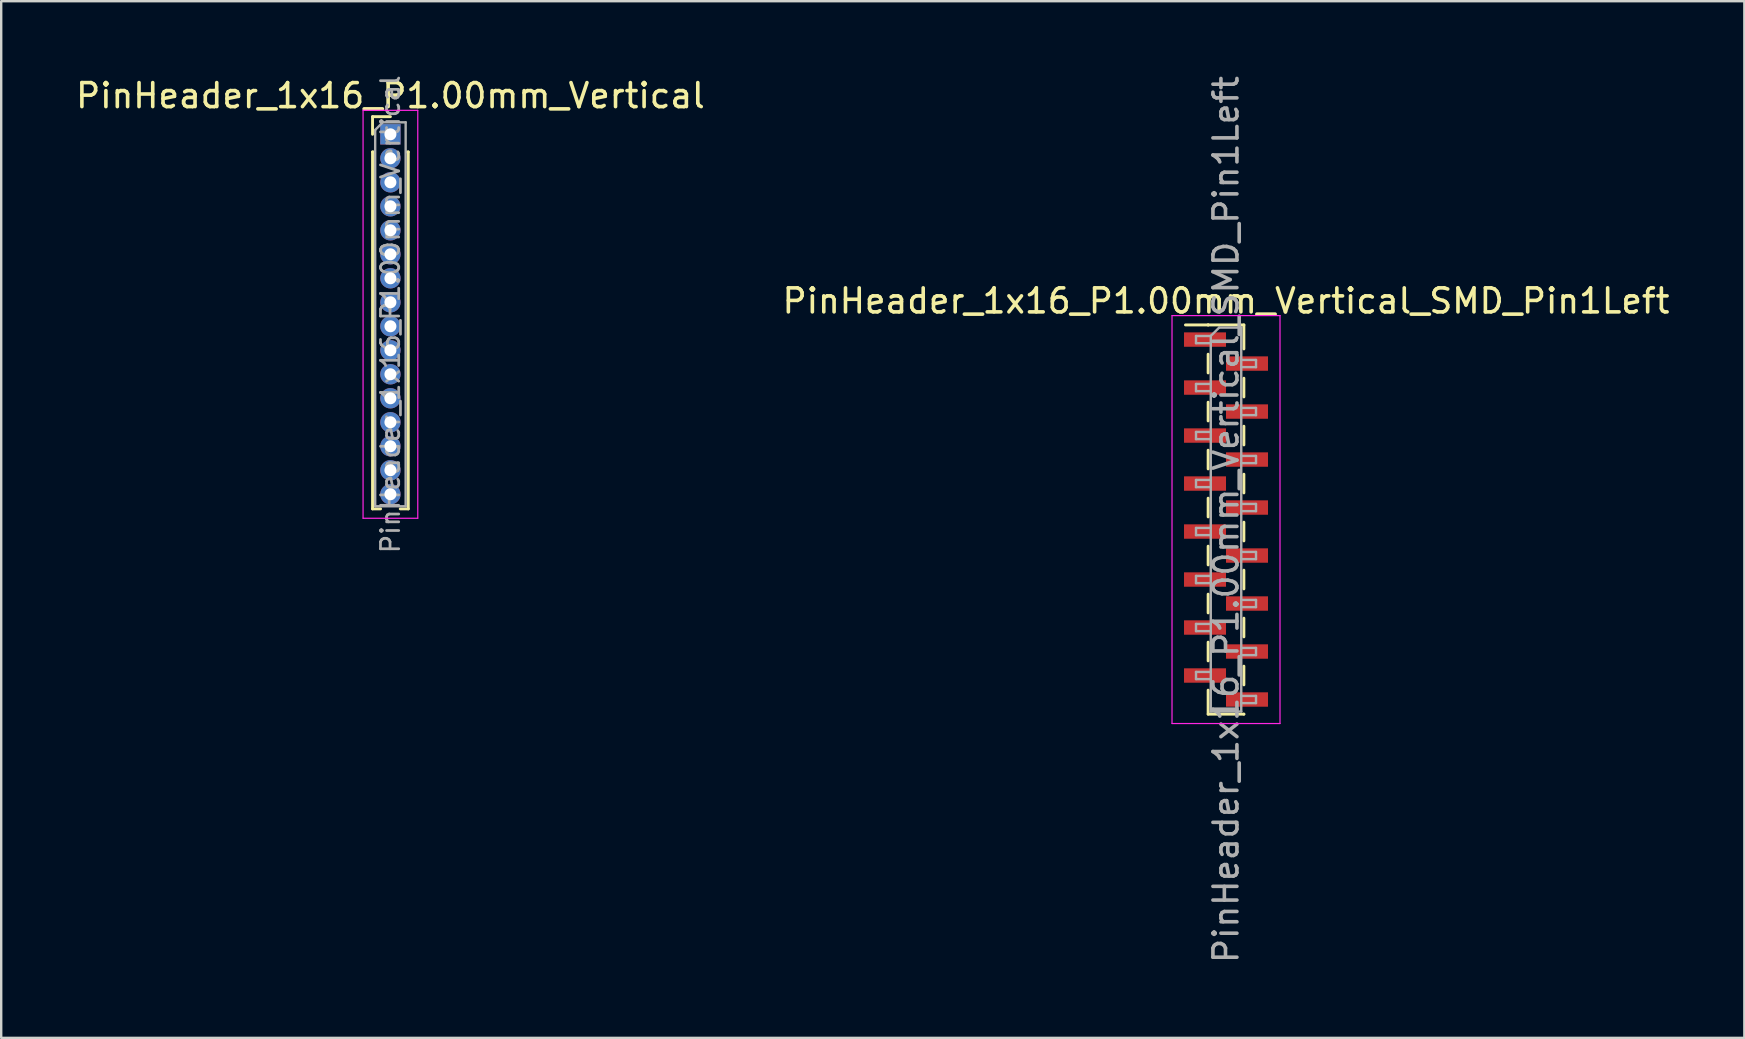
<source format=kicad_pcb>
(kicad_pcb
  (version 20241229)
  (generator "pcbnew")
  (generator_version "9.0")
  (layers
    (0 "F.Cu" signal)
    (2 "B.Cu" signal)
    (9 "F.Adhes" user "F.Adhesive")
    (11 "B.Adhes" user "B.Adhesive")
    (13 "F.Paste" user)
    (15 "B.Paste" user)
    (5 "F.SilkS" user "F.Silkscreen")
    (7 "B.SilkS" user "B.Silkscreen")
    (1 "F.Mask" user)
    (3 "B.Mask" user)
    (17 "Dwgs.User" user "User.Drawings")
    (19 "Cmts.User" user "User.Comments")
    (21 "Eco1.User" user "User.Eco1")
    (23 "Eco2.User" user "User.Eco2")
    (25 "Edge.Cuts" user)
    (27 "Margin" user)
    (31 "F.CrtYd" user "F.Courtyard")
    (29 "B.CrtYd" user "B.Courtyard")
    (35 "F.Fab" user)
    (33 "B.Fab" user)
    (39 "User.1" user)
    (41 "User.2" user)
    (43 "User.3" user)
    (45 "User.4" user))
  (footprint "PinHeader_1x16_P1.00mm_Vertical"
    (layer "F.Cu")
    (at 13.22 2.547)
    (property "Reference" "PinHeader_1x16_P1.00mm_Vertical" (at 0 -1.61 0) (layer "F.SilkS") (effects (font (size 1 1) (thickness 0.15))))
    (attr through_hole)
    (fp_line (start -0.745 -0.735) (end 0 -0.735) (stroke (width 0.12) (type solid)) (layer "F.SilkS"))
    (fp_line (start -0.745 0) (end -0.745 -0.735) (stroke (width 0.12) (type solid)) (layer "F.SilkS"))
    (fp_line (start -0.745 0.735) (end -0.745 15.61) (stroke (width 0.12) (type solid)) (layer "F.SilkS"))
    (fp_line (start -0.745 0.735) (end -0.686 0.735) (stroke (width 0.12) (type solid)) (layer "F.SilkS"))
    (fp_line (start -0.745 15.61) (end -0.41 15.61) (stroke (width 0.12) (type solid)) (layer "F.SilkS"))
    (fp_line (start 0.41 15.61) (end 0.745 15.61) (stroke (width 0.12) (type solid)) (layer "F.SilkS"))
    (fp_line (start 0.686 0.735) (end 0.745 0.735) (stroke (width 0.12) (type solid)) (layer "F.SilkS"))
    (fp_line (start 0.745 0.735) (end 0.745 15.61) (stroke (width 0.12) (type solid)) (layer "F.SilkS"))
    (fp_line (start -1.14 -1) (end -1.14 16) (stroke (width 0.05) (type solid)) (layer "F.CrtYd"))
    (fp_line (start -1.14 16) (end 1.14 16) (stroke (width 0.05) (type solid)) (layer "F.CrtYd"))
    (fp_line (start 1.14 -1) (end -1.14 -1) (stroke (width 0.05) (type solid)) (layer "F.CrtYd"))
    (fp_line (start 1.14 16) (end 1.14 -1) (stroke (width 0.05) (type solid)) (layer "F.CrtYd"))
    (fp_line (start -0.635 -0.182) (end -0.318 -0.5) (stroke (width 0.1) (type solid)) (layer "F.Fab"))
    (fp_line (start -0.635 15.5) (end -0.635 -0.182) (stroke (width 0.1) (type solid)) (layer "F.Fab"))
    (fp_line (start -0.318 -0.5) (end 0.635 -0.5) (stroke (width 0.1) (type solid)) (layer "F.Fab"))
    (fp_line (start 0.635 -0.5) (end 0.635 15.5) (stroke (width 0.1) (type solid)) (layer "F.Fab"))
    (fp_line (start 0.635 15.5) (end -0.635 15.5) (stroke (width 0.1) (type solid)) (layer "F.Fab"))
    (fp_text user "${REFERENCE}" (at 0 7.5 90) (layer "F.Fab") (effects (font (size 0.76 0.76) (thickness 0.114))))
    (pad "1" thru_hole rect (at 0 0) (size 0.85 0.85) (drill 0.5) (layers "*.Cu" "*.Mask"))
    (pad "2" thru_hole circle (at 0 1) (size 0.85 0.85) (drill 0.5) (layers "*.Cu" "*.Mask"))
    (pad "3" thru_hole circle (at 0 2) (size 0.85 0.85) (drill 0.5) (layers "*.Cu" "*.Mask"))
    (pad "4" thru_hole circle (at 0 3) (size 0.85 0.85) (drill 0.5) (layers "*.Cu" "*.Mask"))
    (pad "5" thru_hole circle (at 0 4) (size 0.85 0.85) (drill 0.5) (layers "*.Cu" "*.Mask"))
    (pad "6" thru_hole circle (at 0 5) (size 0.85 0.85) (drill 0.5) (layers "*.Cu" "*.Mask"))
    (pad "7" thru_hole circle (at 0 6) (size 0.85 0.85) (drill 0.5) (layers "*.Cu" "*.Mask"))
    (pad "8" thru_hole circle (at 0 7) (size 0.85 0.85) (drill 0.5) (layers "*.Cu" "*.Mask"))
    (pad "9" thru_hole circle (at 0 8) (size 0.85 0.85) (drill 0.5) (layers "*.Cu" "*.Mask"))
    (pad "10" thru_hole circle (at 0 9) (size 0.85 0.85) (drill 0.5) (layers "*.Cu" "*.Mask"))
    (pad "11" thru_hole circle (at 0 10) (size 0.85 0.85) (drill 0.5) (layers "*.Cu" "*.Mask"))
    (pad "12" thru_hole circle (at 0 11) (size 0.85 0.85) (drill 0.5) (layers "*.Cu" "*.Mask"))
    (pad "13" thru_hole circle (at 0 12) (size 0.85 0.85) (drill 0.5) (layers "*.Cu" "*.Mask"))
    (pad "14" thru_hole circle (at 0 13) (size 0.85 0.85) (drill 0.5) (layers "*.Cu" "*.Mask"))
    (pad "15" thru_hole circle (at 0 14) (size 0.85 0.85) (drill 0.5) (layers "*.Cu" "*.Mask"))
    (pad "16" thru_hole circle (at 0 15) (size 0.85 0.85) (drill 0.5) (layers "*.Cu" "*.Mask")))
  (footprint "PinHeader_1x16_P1.00mm_Vertical_SMD_Pin1Left"
    (layer "F.Cu")
    (at 48.042 18.601)
    (property "Reference" "PinHeader_1x16_P1.00mm_Vertical_SMD_Pin1Left" (at 0 -9.11 0) (layer "F.SilkS") (effects (font (size 1 1) (thickness 0.15))))
    (attr smd)
    (fp_line (start -0.745 -8.11) (end -1.69 -8.11) (stroke (width 0.12) (type solid)) (layer "F.SilkS"))
    (fp_line (start -0.745 -8.11) (end -0.745 -8.11) (stroke (width 0.12) (type solid)) (layer "F.SilkS"))
    (fp_line (start -0.745 -8.11) (end 0.745 -8.11) (stroke (width 0.12) (type solid)) (layer "F.SilkS"))
    (fp_line (start -0.745 -6.89) (end -0.745 -6.11) (stroke (width 0.12) (type solid)) (layer "F.SilkS"))
    (fp_line (start -0.745 -4.89) (end -0.745 -4.11) (stroke (width 0.12) (type solid)) (layer "F.SilkS"))
    (fp_line (start -0.745 -2.89) (end -0.745 -2.11) (stroke (width 0.12) (type solid)) (layer "F.SilkS"))
    (fp_line (start -0.745 -0.89) (end -0.745 -0.11) (stroke (width 0.12) (type solid)) (layer "F.SilkS"))
    (fp_line (start -0.745 1.11) (end -0.745 1.89) (stroke (width 0.12) (type solid)) (layer "F.SilkS"))
    (fp_line (start -0.745 3.11) (end -0.745 3.89) (stroke (width 0.12) (type solid)) (layer "F.SilkS"))
    (fp_line (start -0.745 5.11) (end -0.745 5.89) (stroke (width 0.12) (type solid)) (layer "F.SilkS"))
    (fp_line (start -0.745 7.11) (end -0.745 8.11) (stroke (width 0.12) (type solid)) (layer "F.SilkS"))
    (fp_line (start -0.745 8.11) (end 0.745 8.11) (stroke (width 0.12) (type solid)) (layer "F.SilkS"))
    (fp_line (start 0.745 -8.11) (end 0.745 -7.11) (stroke (width 0.12) (type solid)) (layer "F.SilkS"))
    (fp_line (start 0.745 -5.89) (end 0.745 -5.11) (stroke (width 0.12) (type solid)) (layer "F.SilkS"))
    (fp_line (start 0.745 -3.89) (end 0.745 -3.11) (stroke (width 0.12) (type solid)) (layer "F.SilkS"))
    (fp_line (start 0.745 -1.89) (end 0.745 -1.11) (stroke (width 0.12) (type solid)) (layer "F.SilkS"))
    (fp_line (start 0.745 0.11) (end 0.745 0.89) (stroke (width 0.12) (type solid)) (layer "F.SilkS"))
    (fp_line (start 0.745 2.11) (end 0.745 2.89) (stroke (width 0.12) (type solid)) (layer "F.SilkS"))
    (fp_line (start 0.745 4.11) (end 0.745 4.89) (stroke (width 0.12) (type solid)) (layer "F.SilkS"))
    (fp_line (start 0.745 6.11) (end 0.745 6.89) (stroke (width 0.12) (type solid)) (layer "F.SilkS"))
    (fp_line (start 0.745 8.11) (end 0.745 8.11) (stroke (width 0.12) (type solid)) (layer "F.SilkS"))
    (fp_line (start -2.25 -8.5) (end -2.25 8.5) (stroke (width 0.05) (type solid)) (layer "F.CrtYd"))
    (fp_line (start -2.25 8.5) (end 2.25 8.5) (stroke (width 0.05) (type solid)) (layer "F.CrtYd"))
    (fp_line (start 2.25 -8.5) (end -2.25 -8.5) (stroke (width 0.05) (type solid)) (layer "F.CrtYd"))
    (fp_line (start 2.25 8.5) (end 2.25 -8.5) (stroke (width 0.05) (type solid)) (layer "F.CrtYd"))
    (fp_line (start -1.25 -7.65) (end -1.25 -7.35) (stroke (width 0.1) (type solid)) (layer "F.Fab"))
    (fp_line (start -1.25 -7.35) (end -0.635 -7.35) (stroke (width 0.1) (type solid)) (layer "F.Fab"))
    (fp_line (start -1.25 -5.65) (end -1.25 -5.35) (stroke (width 0.1) (type solid)) (layer "F.Fab"))
    (fp_line (start -1.25 -5.35) (end -0.635 -5.35) (stroke (width 0.1) (type solid)) (layer "F.Fab"))
    (fp_line (start -1.25 -3.65) (end -1.25 -3.35) (stroke (width 0.1) (type solid)) (layer "F.Fab"))
    (fp_line (start -1.25 -3.35) (end -0.635 -3.35) (stroke (width 0.1) (type solid)) (layer "F.Fab"))
    (fp_line (start -1.25 -1.65) (end -1.25 -1.35) (stroke (width 0.1) (type solid)) (layer "F.Fab"))
    (fp_line (start -1.25 -1.35) (end -0.635 -1.35) (stroke (width 0.1) (type solid)) (layer "F.Fab"))
    (fp_line (start -1.25 0.35) (end -1.25 0.65) (stroke (width 0.1) (type solid)) (layer "F.Fab"))
    (fp_line (start -1.25 0.65) (end -0.635 0.65) (stroke (width 0.1) (type solid)) (layer "F.Fab"))
    (fp_line (start -1.25 2.35) (end -1.25 2.65) (stroke (width 0.1) (type solid)) (layer "F.Fab"))
    (fp_line (start -1.25 2.65) (end -0.635 2.65) (stroke (width 0.1) (type solid)) (layer "F.Fab"))
    (fp_line (start -1.25 4.35) (end -1.25 4.65) (stroke (width 0.1) (type solid)) (layer "F.Fab"))
    (fp_line (start -1.25 4.65) (end -0.635 4.65) (stroke (width 0.1) (type solid)) (layer "F.Fab"))
    (fp_line (start -1.25 6.35) (end -1.25 6.65) (stroke (width 0.1) (type solid)) (layer "F.Fab"))
    (fp_line (start -1.25 6.65) (end -0.635 6.65) (stroke (width 0.1) (type solid)) (layer "F.Fab"))
    (fp_line (start -0.635 -7.65) (end -1.25 -7.65) (stroke (width 0.1) (type solid)) (layer "F.Fab"))
    (fp_line (start -0.635 -7.65) (end -0.285 -8) (stroke (width 0.1) (type solid)) (layer "F.Fab"))
    (fp_line (start -0.635 -5.65) (end -1.25 -5.65) (stroke (width 0.1) (type solid)) (layer "F.Fab"))
    (fp_line (start -0.635 -3.65) (end -1.25 -3.65) (stroke (width 0.1) (type solid)) (layer "F.Fab"))
    (fp_line (start -0.635 -1.65) (end -1.25 -1.65) (stroke (width 0.1) (type solid)) (layer "F.Fab"))
    (fp_line (start -0.635 0.35) (end -1.25 0.35) (stroke (width 0.1) (type solid)) (layer "F.Fab"))
    (fp_line (start -0.635 2.35) (end -1.25 2.35) (stroke (width 0.1) (type solid)) (layer "F.Fab"))
    (fp_line (start -0.635 4.35) (end -1.25 4.35) (stroke (width 0.1) (type solid)) (layer "F.Fab"))
    (fp_line (start -0.635 6.35) (end -1.25 6.35) (stroke (width 0.1) (type solid)) (layer "F.Fab"))
    (fp_line (start -0.635 8) (end -0.635 -7.65) (stroke (width 0.1) (type solid)) (layer "F.Fab"))
    (fp_line (start -0.285 -8) (end 0.635 -8) (stroke (width 0.1) (type solid)) (layer "F.Fab"))
    (fp_line (start 0.635 -8) (end 0.635 8) (stroke (width 0.1) (type solid)) (layer "F.Fab"))
    (fp_line (start 0.635 -6.65) (end 1.25 -6.65) (stroke (width 0.1) (type solid)) (layer "F.Fab"))
    (fp_line (start 0.635 -4.65) (end 1.25 -4.65) (stroke (width 0.1) (type solid)) (layer "F.Fab"))
    (fp_line (start 0.635 -2.65) (end 1.25 -2.65) (stroke (width 0.1) (type solid)) (layer "F.Fab"))
    (fp_line (start 0.635 -0.65) (end 1.25 -0.65) (stroke (width 0.1) (type solid)) (layer "F.Fab"))
    (fp_line (start 0.635 1.35) (end 1.25 1.35) (stroke (width 0.1) (type solid)) (layer "F.Fab"))
    (fp_line (start 0.635 3.35) (end 1.25 3.35) (stroke (width 0.1) (type solid)) (layer "F.Fab"))
    (fp_line (start 0.635 5.35) (end 1.25 5.35) (stroke (width 0.1) (type solid)) (layer "F.Fab"))
    (fp_line (start 0.635 7.35) (end 1.25 7.35) (stroke (width 0.1) (type solid)) (layer "F.Fab"))
    (fp_line (start 0.635 8) (end -0.635 8) (stroke (width 0.1) (type solid)) (layer "F.Fab"))
    (fp_line (start 1.25 -6.65) (end 1.25 -6.35) (stroke (width 0.1) (type solid)) (layer "F.Fab"))
    (fp_line (start 1.25 -6.35) (end 0.635 -6.35) (stroke (width 0.1) (type solid)) (layer "F.Fab"))
    (fp_line (start 1.25 -4.65) (end 1.25 -4.35) (stroke (width 0.1) (type solid)) (layer "F.Fab"))
    (fp_line (start 1.25 -4.35) (end 0.635 -4.35) (stroke (width 0.1) (type solid)) (layer "F.Fab"))
    (fp_line (start 1.25 -2.65) (end 1.25 -2.35) (stroke (width 0.1) (type solid)) (layer "F.Fab"))
    (fp_line (start 1.25 -2.35) (end 0.635 -2.35) (stroke (width 0.1) (type solid)) (layer "F.Fab"))
    (fp_line (start 1.25 -0.65) (end 1.25 -0.35) (stroke (width 0.1) (type solid)) (layer "F.Fab"))
    (fp_line (start 1.25 -0.35) (end 0.635 -0.35) (stroke (width 0.1) (type solid)) (layer "F.Fab"))
    (fp_line (start 1.25 1.35) (end 1.25 1.65) (stroke (width 0.1) (type solid)) (layer "F.Fab"))
    (fp_line (start 1.25 1.65) (end 0.635 1.65) (stroke (width 0.1) (type solid)) (layer "F.Fab"))
    (fp_line (start 1.25 3.35) (end 1.25 3.65) (stroke (width 0.1) (type solid)) (layer "F.Fab"))
    (fp_line (start 1.25 3.65) (end 0.635 3.65) (stroke (width 0.1) (type solid)) (layer "F.Fab"))
    (fp_line (start 1.25 5.35) (end 1.25 5.65) (stroke (width 0.1) (type solid)) (layer "F.Fab"))
    (fp_line (start 1.25 5.65) (end 0.635 5.65) (stroke (width 0.1) (type solid)) (layer "F.Fab"))
    (fp_line (start 1.25 7.35) (end 1.25 7.65) (stroke (width 0.1) (type solid)) (layer "F.Fab"))
    (fp_line (start 1.25 7.65) (end 0.635 7.65) (stroke (width 0.1) (type solid)) (layer "F.Fab"))
    (fp_text user "${REFERENCE}" (at 0 0 90) (layer "F.Fab") (effects (font (size 1 1) (thickness 0.15))))
    (pad "1" smd rect (at -0.875 -7.5) (size 1.75 0.6) (layers "F.Cu" "F.Mask" "F.Paste"))
    (pad "2" smd rect (at 0.875 -6.5) (size 1.75 0.6) (layers "F.Cu" "F.Mask" "F.Paste"))
    (pad "3" smd rect (at -0.875 -5.5) (size 1.75 0.6) (layers "F.Cu" "F.Mask" "F.Paste"))
    (pad "4" smd rect (at 0.875 -4.5) (size 1.75 0.6) (layers "F.Cu" "F.Mask" "F.Paste"))
    (pad "5" smd rect (at -0.875 -3.5) (size 1.75 0.6) (layers "F.Cu" "F.Mask" "F.Paste"))
    (pad "6" smd rect (at 0.875 -2.5) (size 1.75 0.6) (layers "F.Cu" "F.Mask" "F.Paste"))
    (pad "7" smd rect (at -0.875 -1.5) (size 1.75 0.6) (layers "F.Cu" "F.Mask" "F.Paste"))
    (pad "8" smd rect (at 0.875 -0.5) (size 1.75 0.6) (layers "F.Cu" "F.Mask" "F.Paste"))
    (pad "9" smd rect (at -0.875 0.5) (size 1.75 0.6) (layers "F.Cu" "F.Mask" "F.Paste"))
    (pad "10" smd rect (at 0.875 1.5) (size 1.75 0.6) (layers "F.Cu" "F.Mask" "F.Paste"))
    (pad "11" smd rect (at -0.875 2.5) (size 1.75 0.6) (layers "F.Cu" "F.Mask" "F.Paste"))
    (pad "12" smd rect (at 0.875 3.5) (size 1.75 0.6) (layers "F.Cu" "F.Mask" "F.Paste"))
    (pad "13" smd rect (at -0.875 4.5) (size 1.75 0.6) (layers "F.Cu" "F.Mask" "F.Paste"))
    (pad "14" smd rect (at 0.875 5.5) (size 1.75 0.6) (layers "F.Cu" "F.Mask" "F.Paste"))
    (pad "15" smd rect (at -0.875 6.5) (size 1.75 0.6) (layers "F.Cu" "F.Mask" "F.Paste"))
    (pad "16" smd rect (at 0.875 7.5) (size 1.75 0.6) (layers "F.Cu" "F.Mask" "F.Paste")))
  (gr_rect
    (start -3 -3)
    (end 69.643 40.202)
    (stroke (width 0.1) (type default))
    (fill no)
    (layer "Edge.Cuts")))
</source>
